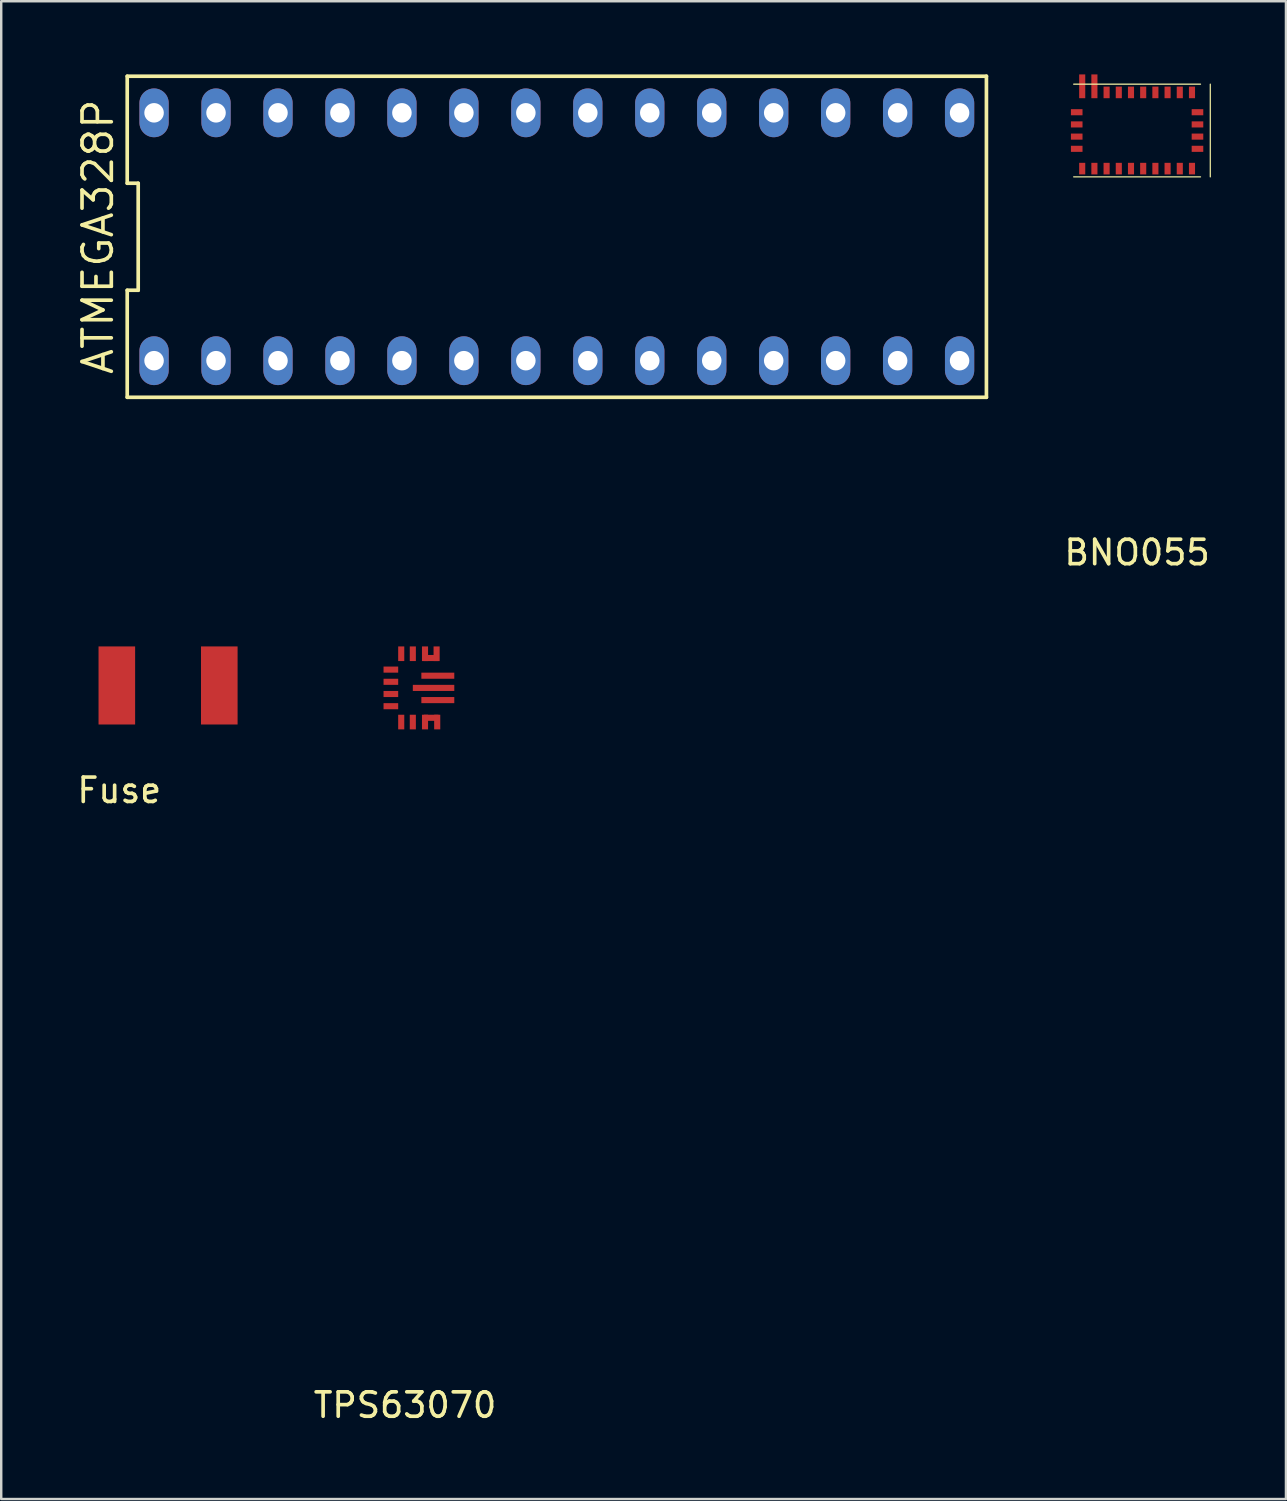
<source format=kicad_pcb>
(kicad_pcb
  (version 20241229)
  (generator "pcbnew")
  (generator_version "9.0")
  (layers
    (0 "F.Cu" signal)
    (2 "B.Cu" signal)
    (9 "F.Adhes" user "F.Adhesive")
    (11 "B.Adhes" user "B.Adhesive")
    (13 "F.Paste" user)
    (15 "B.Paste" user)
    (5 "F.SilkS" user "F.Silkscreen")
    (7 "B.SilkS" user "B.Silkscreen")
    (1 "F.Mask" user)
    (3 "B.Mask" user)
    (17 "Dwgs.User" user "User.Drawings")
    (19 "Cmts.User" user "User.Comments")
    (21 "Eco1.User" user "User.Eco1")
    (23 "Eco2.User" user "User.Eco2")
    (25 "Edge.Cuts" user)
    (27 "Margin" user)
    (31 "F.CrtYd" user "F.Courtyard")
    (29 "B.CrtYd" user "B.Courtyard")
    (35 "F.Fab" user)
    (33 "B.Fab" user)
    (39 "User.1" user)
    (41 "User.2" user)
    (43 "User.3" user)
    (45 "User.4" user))
  (footprint "Fuse"
    (layer "F.Cu")
    (at 1.739 25.048)
    (property "Reference" "Fuse" (at 0.1 4.3 0) (layer "F.SilkS") (effects (font (size 1 1) (thickness 0.15))))
    (attr through_hole)
    (pad "1" smd rect (at 0 0) (size 1.5 3.2) (layers "F.Cu" "F.Mask" "F.Paste"))
    (pad "2" smd rect (at 4.2 0) (size 1.5 3.2) (layers "F.Cu" "F.Mask" "F.Paste")))
  (footprint "TPS63070"
    (layer "F.Cu")
    (at 14.122 25.148)
    (property "Reference" "TPS63070" (at -0.57 29.4 0) (layer "F.SilkS") (effects (font (size 1 1) (thickness 0.15))))
    (attr through_hole)
    (pad "" smd rect (at 0.5 -1.225) (size 0.6 0.25) (layers "F.Cu" "F.Mask" "F.Paste"))
    (pad "" smd rect (at 0.5 1.225 180) (size 0.6 0.25) (layers "F.Cu" "F.Mask" "F.Paste"))
    (pad "1" smd rect (at -1.15 -0.75) (size 0.6 0.25) (layers "F.Cu" "F.Mask" "F.Paste"))
    (pad "2" smd rect (at -1.15 -0.25) (size 0.6 0.25) (layers "F.Cu" "F.Mask" "F.Paste"))
    (pad "3" smd rect (at -1.15 0.25) (size 0.6 0.25) (layers "F.Cu" "F.Mask" "F.Paste"))
    (pad "4" smd rect (at -1.15 0.75) (size 0.6 0.25) (layers "F.Cu" "F.Mask" "F.Paste"))
    (pad "5" smd rect (at -0.725 1.4 90) (size 0.6 0.25) (layers "F.Cu" "F.Mask" "F.Paste"))
    (pad "6" smd rect (at -0.25 1.4 90) (size 0.6 0.25) (layers "F.Cu" "F.Mask" "F.Paste"))
    (pad "7" smd rect (at 0.25 1.4 90) (size 0.6 0.25) (layers "F.Cu" "F.Mask" "F.Paste"))
    (pad "8" smd rect (at 0.75 1.4 90) (size 0.6 0.25) (layers "F.Cu" "F.Mask" "F.Paste"))
    (pad "9" smd rect (at 0.775 0.5 180) (size 1.35 0.25) (layers "F.Cu" "F.Mask" "F.Paste"))
    (pad "10" smd rect (at 0.6 0 180) (size 1.7 0.25) (layers "F.Cu" "F.Mask" "F.Paste"))
    (pad "11" smd rect (at 0.775 -0.5 180) (size 1.35 0.25) (layers "F.Cu" "F.Mask" "F.Paste"))
    (pad "12" smd rect (at 0.725 -1.4 90) (size 0.6 0.25) (layers "F.Cu" "F.Mask" "F.Paste"))
    (pad "13" smd rect (at 0.25 -1.4 90) (size 0.6 0.25) (layers "F.Cu" "F.Mask" "F.Paste"))
    (pad "14" smd rect (at -0.25 -1.4 90) (size 0.6 0.25) (layers "F.Cu" "F.Mask" "F.Paste"))
    (pad "15" smd rect (at -0.725 -1.4 90) (size 0.6 0.25) (layers "F.Cu" "F.Mask" "F.Paste")))
  (footprint "ATMEGA328P"
    (layer "F.Cu")
    (at 19.775 6.655)
    (property "Reference" "ATMEGA328P" (at -18.81 0 90) (layer "F.SilkS") (effects (font (size 1.2 1.2) (thickness 0.15))))
    (attr through_hole)
    (fp_line (start -17.61 -6.58) (end -17.61 -2.193) (stroke (width 0.15) (type solid)) (layer "F.SilkS"))
    (fp_line (start -17.61 -2.193) (end -17.16 -2.193) (stroke (width 0.15) (type solid)) (layer "F.SilkS"))
    (fp_line (start -17.61 2.193) (end -17.61 6.58) (stroke (width 0.15) (type solid)) (layer "F.SilkS"))
    (fp_line (start -17.61 6.58) (end 17.61 6.58) (stroke (width 0.15) (type solid)) (layer "F.SilkS"))
    (fp_line (start -17.16 -2.193) (end -17.16 2.193) (stroke (width 0.15) (type solid)) (layer "F.SilkS"))
    (fp_line (start -17.16 2.193) (end -17.61 2.193) (stroke (width 0.15) (type solid)) (layer "F.SilkS"))
    (fp_line (start 17.61 -6.58) (end -17.61 -6.58) (stroke (width 0.15) (type solid)) (layer "F.SilkS"))
    (fp_line (start 17.61 6.58) (end 17.61 -6.58) (stroke (width 0.15) (type solid)) (layer "F.SilkS"))
    (pad "1" thru_hole oval (at -16.51 5.08) (size 1.2 2) (drill 0.8) (layers "*.Cu" "*.Mask"))
    (pad "2" thru_hole oval (at -13.97 5.08) (size 1.2 2) (drill 0.8) (layers "*.Cu" "*.Mask"))
    (pad "3" thru_hole oval (at -11.43 5.08) (size 1.2 2) (drill 0.8) (layers "*.Cu" "*.Mask"))
    (pad "4" thru_hole oval (at -8.89 5.08) (size 1.2 2) (drill 0.8) (layers "*.Cu" "*.Mask"))
    (pad "5" thru_hole oval (at -6.35 5.08) (size 1.2 2) (drill 0.8) (layers "*.Cu" "*.Mask"))
    (pad "6" thru_hole oval (at -3.81 5.08) (size 1.2 2) (drill 0.8) (layers "*.Cu" "*.Mask"))
    (pad "7" thru_hole oval (at -1.27 5.08) (size 1.2 2) (drill 0.8) (layers "*.Cu" "*.Mask"))
    (pad "8" thru_hole oval (at 1.27 5.08) (size 1.2 2) (drill 0.8) (layers "*.Cu" "*.Mask"))
    (pad "9" thru_hole oval (at 3.81 5.08) (size 1.2 2) (drill 0.8) (layers "*.Cu" "*.Mask"))
    (pad "10" thru_hole oval (at 6.35 5.08) (size 1.2 2) (drill 0.8) (layers "*.Cu" "*.Mask"))
    (pad "11" thru_hole oval (at 8.89 5.08) (size 1.2 2) (drill 0.8) (layers "*.Cu" "*.Mask"))
    (pad "12" thru_hole oval (at 11.43 5.08) (size 1.2 2) (drill 0.8) (layers "*.Cu" "*.Mask"))
    (pad "13" thru_hole oval (at 13.97 5.08) (size 1.2 2) (drill 0.8) (layers "*.Cu" "*.Mask"))
    (pad "14" thru_hole oval (at 16.51 5.08) (size 1.2 2) (drill 0.8) (layers "*.Cu" "*.Mask"))
    (pad "15" thru_hole oval (at 16.51 -5.08) (size 1.2 2) (drill 0.8) (layers "*.Cu" "*.Mask"))
    (pad "16" thru_hole oval (at 13.97 -5.08) (size 1.2 2) (drill 0.8) (layers "*.Cu" "*.Mask"))
    (pad "17" thru_hole oval (at 11.43 -5.08) (size 1.2 2) (drill 0.8) (layers "*.Cu" "*.Mask"))
    (pad "18" thru_hole oval (at 8.89 -5.08) (size 1.2 2) (drill 0.8) (layers "*.Cu" "*.Mask"))
    (pad "19" thru_hole oval (at 6.35 -5.08) (size 1.2 2) (drill 0.8) (layers "*.Cu" "*.Mask"))
    (pad "20" thru_hole oval (at 3.81 -5.08) (size 1.2 2) (drill 0.8) (layers "*.Cu" "*.Mask"))
    (pad "21" thru_hole oval (at 1.27 -5.08) (size 1.2 2) (drill 0.8) (layers "*.Cu" "*.Mask"))
    (pad "22" thru_hole oval (at -1.27 -5.08) (size 1.2 2) (drill 0.8) (layers "*.Cu" "*.Mask"))
    (pad "23" thru_hole oval (at -3.81 -5.08) (size 1.2 2) (drill 0.8) (layers "*.Cu" "*.Mask"))
    (pad "24" thru_hole oval (at -6.35 -5.08) (size 1.2 2) (drill 0.8) (layers "*.Cu" "*.Mask"))
    (pad "25" thru_hole oval (at -8.89 -5.08) (size 1.2 2) (drill 0.8) (layers "*.Cu" "*.Mask"))
    (pad "26" thru_hole oval (at -11.43 -5.08) (size 1.2 2) (drill 0.8) (layers "*.Cu" "*.Mask"))
    (pad "27" thru_hole oval (at -13.97 -5.08) (size 1.2 2) (drill 0.8) (layers "*.Cu" "*.Mask"))
    (pad "28" thru_hole oval (at -16.51 -5.08) (size 1.2 2) (drill 0.8) (layers "*.Cu" "*.Mask")))
  (footprint "BNO055"
    (layer "F.Cu")
    (at 43.561 2.3)
    (property "Reference" "BNO055" (at 0 17.3 0) (layer "F.SilkS") (effects (font (size 1 1) (thickness 0.15))))
    (attr through_hole)
    (fp_line (start -2.6 -1.9) (end 2.6 -1.9) (stroke (width 0.05) (type solid)) (layer "F.SilkS"))
    (fp_line (start -2.6 1.9) (end 2.6 1.9) (stroke (width 0.05) (type solid)) (layer "F.SilkS"))
    (fp_line (start 3 -1.9) (end 3 1.9) (stroke (width 0.05) (type solid)) (layer "F.SilkS"))
    (pad "1" smd rect (at 2.25 -1.562) (size 0.25 0.475) (layers "F.Cu" "F.Mask" "F.Paste"))
    (pad "2" smd rect (at 2.475 -0.75 90) (size 0.25 0.475) (layers "F.Cu" "F.Mask" "F.Paste"))
    (pad "3" smd rect (at 2.475 -0.25 90) (size 0.25 0.475) (layers "F.Cu" "F.Mask" "F.Paste"))
    (pad "4" smd rect (at 2.475 0.25 90) (size 0.25 0.475) (layers "F.Cu" "F.Mask" "F.Paste"))
    (pad "5" smd rect (at 2.475 0.75 90) (size 0.25 0.475) (layers "F.Cu" "F.Mask" "F.Paste"))
    (pad "6" smd rect (at 2.25 1.562) (size 0.25 0.475) (layers "F.Cu" "F.Mask" "F.Paste"))
    (pad "7" smd rect (at 1.75 1.562) (size 0.25 0.475) (layers "F.Cu" "F.Mask" "F.Paste"))
    (pad "8" smd rect (at 1.25 1.562) (size 0.25 0.475) (layers "F.Cu" "F.Mask" "F.Paste"))
    (pad "9" smd rect (at 0.75 1.562) (size 0.25 0.475) (layers "F.Cu" "F.Mask" "F.Paste"))
    (pad "10" smd rect (at 0.25 1.562) (size 0.25 0.475) (layers "F.Cu" "F.Mask" "F.Paste"))
    (pad "11" smd rect (at -0.25 1.562) (size 0.25 0.475) (layers "F.Cu" "F.Mask" "F.Paste"))
    (pad "12" smd rect (at -0.75 1.562) (size 0.25 0.475) (layers "F.Cu" "F.Mask" "F.Paste"))
    (pad "13" smd rect (at -1.25 1.562) (size 0.25 0.475) (layers "F.Cu" "F.Mask" "F.Paste"))
    (pad "14" smd rect (at -1.75 1.562) (size 0.25 0.475) (layers "F.Cu" "F.Mask" "F.Paste"))
    (pad "15" smd rect (at -2.25 1.562) (size 0.25 0.475) (layers "F.Cu" "F.Mask" "F.Paste"))
    (pad "16" smd rect (at -2.475 0.75 90) (size 0.25 0.475) (layers "F.Cu" "F.Mask" "F.Paste"))
    (pad "17" smd rect (at -2.475 0.25 90) (size 0.25 0.475) (layers "F.Cu" "F.Mask" "F.Paste"))
    (pad "18" smd rect (at -2.475 -0.25 90) (size 0.25 0.475) (layers "F.Cu" "F.Mask" "F.Paste"))
    (pad "19" smd rect (at -2.475 -0.75 90) (size 0.25 0.475) (layers "F.Cu" "F.Mask" "F.Paste"))
    (pad "20" smd rect (at -2.25 -1.812) (size 0.25 0.975) (layers "F.Cu" "F.Mask" "F.Paste"))
    (pad "21" smd rect (at -1.75 -1.812) (size 0.25 0.975) (layers "F.Cu" "F.Mask" "F.Paste"))
    (pad "22" smd rect (at -1.25 -1.562) (size 0.25 0.475) (layers "F.Cu" "F.Mask" "F.Paste"))
    (pad "23" smd rect (at -0.75 -1.562) (size 0.25 0.475) (layers "F.Cu" "F.Mask" "F.Paste"))
    (pad "24" smd rect (at -0.25 -1.562) (size 0.25 0.475) (layers "F.Cu" "F.Mask" "F.Paste"))
    (pad "25" smd rect (at 0.25 -1.562) (size 0.25 0.475) (layers "F.Cu" "F.Mask" "F.Paste"))
    (pad "26" smd rect (at 0.75 -1.562) (size 0.25 0.475) (layers "F.Cu" "F.Mask" "F.Paste"))
    (pad "27" smd rect (at 1.25 -1.562) (size 0.25 0.475) (layers "F.Cu" "F.Mask" "F.Paste"))
    (pad "28" smd rect (at 1.75 -1.562) (size 0.25 0.475) (layers "F.Cu" "F.Mask" "F.Paste")))
  (gr_rect
    (start -3 -3)
    (end 49.663 58.397)
    (stroke (width 0.1) (type default))
    (fill no)
    (layer "Edge.Cuts")))
</source>
